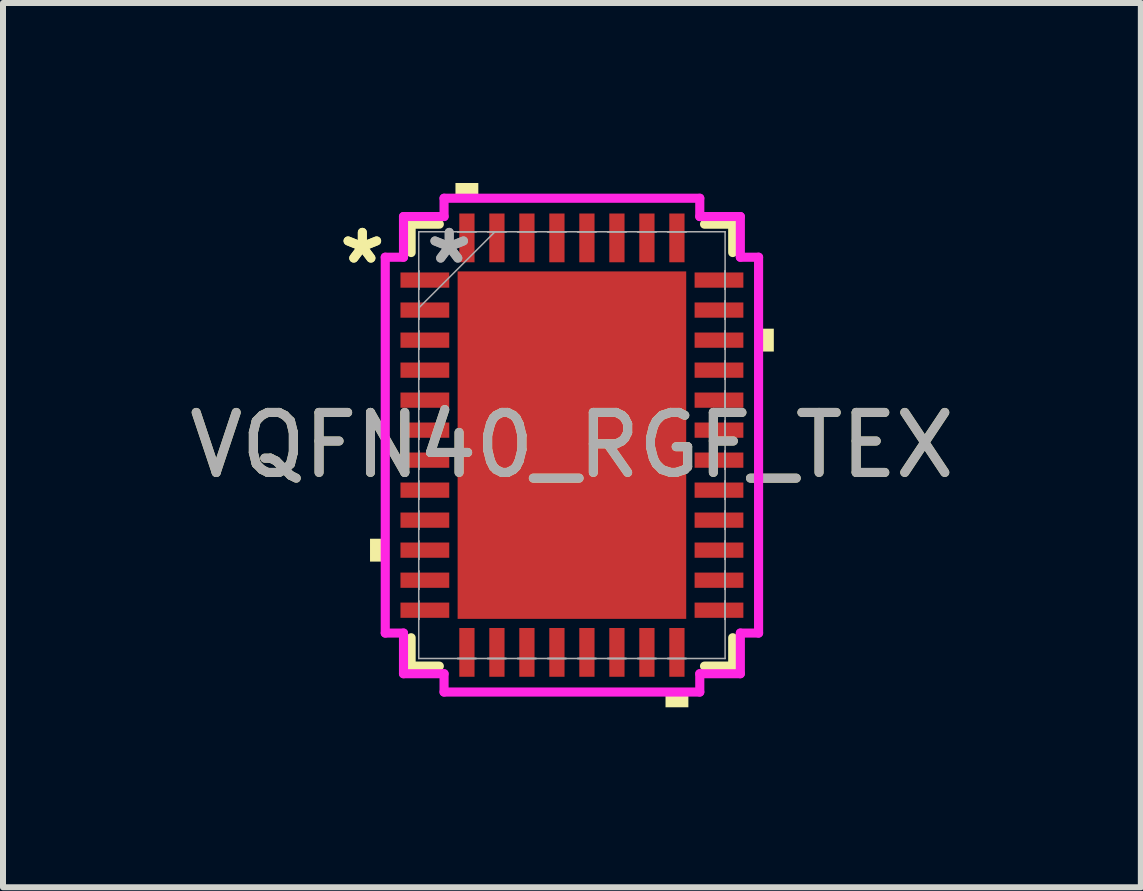
<source format=kicad_pcb>
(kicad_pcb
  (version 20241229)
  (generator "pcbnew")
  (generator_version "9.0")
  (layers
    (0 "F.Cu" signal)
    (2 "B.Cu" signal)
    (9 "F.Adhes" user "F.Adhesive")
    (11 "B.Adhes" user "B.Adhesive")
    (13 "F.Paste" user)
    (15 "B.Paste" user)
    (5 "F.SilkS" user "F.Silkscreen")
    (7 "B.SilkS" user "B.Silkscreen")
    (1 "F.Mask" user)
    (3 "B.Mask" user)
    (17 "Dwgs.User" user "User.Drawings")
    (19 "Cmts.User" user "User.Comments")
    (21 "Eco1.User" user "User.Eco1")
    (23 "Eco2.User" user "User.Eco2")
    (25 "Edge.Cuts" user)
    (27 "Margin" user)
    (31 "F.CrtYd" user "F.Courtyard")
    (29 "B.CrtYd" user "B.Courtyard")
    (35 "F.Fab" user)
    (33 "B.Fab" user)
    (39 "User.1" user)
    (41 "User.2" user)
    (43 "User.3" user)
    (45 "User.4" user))
  (footprint "VQFN40_RGF_TEX"
    (layer "F.Cu")
    (at 6.482 4.369)
    (property "Reference" "VQFN40_RGF_TEX" (at 0 0 0) (unlocked yes) (layer "F.SilkS") (effects (font (size 1 1) (thickness 0.15))))
    (attr smd)
    (fp_line (start -2.68 -3.683) (end -2.68 -3.21) (stroke (width 0.152) (type solid)) (layer "F.SilkS"))
    (fp_line (start -2.68 3.21) (end -2.68 3.683) (stroke (width 0.152) (type solid)) (layer "F.SilkS"))
    (fp_line (start -2.68 3.683) (end -2.21 3.683) (stroke (width 0.152) (type solid)) (layer "F.SilkS"))
    (fp_line (start -2.21 -3.683) (end -2.68 -3.683) (stroke (width 0.152) (type solid)) (layer "F.SilkS"))
    (fp_line (start 2.21 3.683) (end 2.68 3.683) (stroke (width 0.152) (type solid)) (layer "F.SilkS"))
    (fp_line (start 2.68 -3.683) (end 2.21 -3.683) (stroke (width 0.152) (type solid)) (layer "F.SilkS"))
    (fp_line (start 2.68 -3.21) (end 2.68 -3.683) (stroke (width 0.152) (type solid)) (layer "F.SilkS"))
    (fp_line (start 2.68 3.683) (end 2.68 3.21) (stroke (width 0.152) (type solid)) (layer "F.SilkS"))
    (fp_poly (pts (xy -3.365 1.56) (xy -3.365 1.941) (xy -3.111 1.941) (xy -3.111 1.56)) (stroke (width 0) (type solid)) (fill yes) (layer "F.SilkS"))
    (fp_poly (pts (xy -1.941 -4.115) (xy -1.941 -4.369) (xy -1.56 -4.369) (xy -1.56 -4.115)) (stroke (width 0) (type solid)) (fill yes) (layer "F.SilkS"))
    (fp_poly (pts (xy 1.56 4.115) (xy 1.56 4.369) (xy 1.941 4.369) (xy 1.941 4.115)) (stroke (width 0) (type solid)) (fill yes) (layer "F.SilkS"))
    (fp_poly (pts (xy 3.365 -1.941) (xy 3.365 -1.56) (xy 3.111 -1.56) (xy 3.111 -1.941)) (stroke (width 0) (type solid)) (fill yes) (layer "F.SilkS"))
    (fp_poly (pts (xy -1.805 -2.796) (xy -1.805 -1.548) (xy -0.735 -1.548) (xy -0.735 -2.796)) (stroke (width 0) (type solid)) (fill yes) (layer "F.Paste"))
    (fp_poly (pts (xy -1.805 -1.348) (xy -1.805 -0.1) (xy -0.735 -0.1) (xy -0.735 -1.348)) (stroke (width 0) (type solid)) (fill yes) (layer "F.Paste"))
    (fp_poly (pts (xy -1.805 0.1) (xy -1.805 1.348) (xy -0.735 1.348) (xy -0.735 0.1)) (stroke (width 0) (type solid)) (fill yes) (layer "F.Paste"))
    (fp_poly (pts (xy -1.805 1.548) (xy -1.805 2.796) (xy -0.735 2.796) (xy -0.735 1.548)) (stroke (width 0) (type solid)) (fill yes) (layer "F.Paste"))
    (fp_poly (pts (xy -0.535 -2.796) (xy -0.535 -1.548) (xy 0.535 -1.548) (xy 0.535 -2.796)) (stroke (width 0) (type solid)) (fill yes) (layer "F.Paste"))
    (fp_poly (pts (xy -0.535 -1.348) (xy -0.535 -0.1) (xy 0.535 -0.1) (xy 0.535 -1.348)) (stroke (width 0) (type solid)) (fill yes) (layer "F.Paste"))
    (fp_poly (pts (xy -0.535 0.1) (xy -0.535 1.348) (xy 0.535 1.348) (xy 0.535 0.1)) (stroke (width 0) (type solid)) (fill yes) (layer "F.Paste"))
    (fp_poly (pts (xy -0.535 1.548) (xy -0.535 2.796) (xy 0.535 2.796) (xy 0.535 1.548)) (stroke (width 0) (type solid)) (fill yes) (layer "F.Paste"))
    (fp_poly (pts (xy 0.735 -2.796) (xy 0.735 -1.548) (xy 1.805 -1.548) (xy 1.805 -2.796)) (stroke (width 0) (type solid)) (fill yes) (layer "F.Paste"))
    (fp_poly (pts (xy 0.735 -1.348) (xy 0.735 -0.1) (xy 1.805 -0.1) (xy 1.805 -1.348)) (stroke (width 0) (type solid)) (fill yes) (layer "F.Paste"))
    (fp_poly (pts (xy 0.735 0.1) (xy 0.735 1.348) (xy 1.805 1.348) (xy 1.805 0.1)) (stroke (width 0) (type solid)) (fill yes) (layer "F.Paste"))
    (fp_poly (pts (xy 0.735 1.548) (xy 0.735 2.796) (xy 1.805 2.796) (xy 1.805 1.548)) (stroke (width 0) (type solid)) (fill yes) (layer "F.Paste"))
    (fp_line (start -3.111 -3.132) (end -2.807 -3.132) (stroke (width 0.152) (type solid)) (layer "F.CrtYd"))
    (fp_line (start -3.111 3.132) (end -3.111 -3.132) (stroke (width 0.152) (type solid)) (layer "F.CrtYd"))
    (fp_line (start -2.807 -3.81) (end -2.131 -3.81) (stroke (width 0.152) (type solid)) (layer "F.CrtYd"))
    (fp_line (start -2.807 -3.132) (end -2.807 -3.81) (stroke (width 0.152) (type solid)) (layer "F.CrtYd"))
    (fp_line (start -2.807 3.132) (end -3.111 3.132) (stroke (width 0.152) (type solid)) (layer "F.CrtYd"))
    (fp_line (start -2.807 3.81) (end -2.807 3.132) (stroke (width 0.152) (type solid)) (layer "F.CrtYd"))
    (fp_line (start -2.131 -4.115) (end 2.131 -4.115) (stroke (width 0.152) (type solid)) (layer "F.CrtYd"))
    (fp_line (start -2.131 -3.81) (end -2.131 -4.115) (stroke (width 0.152) (type solid)) (layer "F.CrtYd"))
    (fp_line (start -2.131 3.81) (end -2.807 3.81) (stroke (width 0.152) (type solid)) (layer "F.CrtYd"))
    (fp_line (start -2.131 4.115) (end -2.131 3.81) (stroke (width 0.152) (type solid)) (layer "F.CrtYd"))
    (fp_line (start 2.131 -4.115) (end 2.131 -3.81) (stroke (width 0.152) (type solid)) (layer "F.CrtYd"))
    (fp_line (start 2.131 -3.81) (end 2.807 -3.81) (stroke (width 0.152) (type solid)) (layer "F.CrtYd"))
    (fp_line (start 2.131 3.81) (end 2.131 4.115) (stroke (width 0.152) (type solid)) (layer "F.CrtYd"))
    (fp_line (start 2.131 4.115) (end -2.131 4.115) (stroke (width 0.152) (type solid)) (layer "F.CrtYd"))
    (fp_line (start 2.807 -3.81) (end 2.807 -3.132) (stroke (width 0.152) (type solid)) (layer "F.CrtYd"))
    (fp_line (start 2.807 -3.132) (end 3.111 -3.132) (stroke (width 0.152) (type solid)) (layer "F.CrtYd"))
    (fp_line (start 2.807 3.132) (end 2.807 3.81) (stroke (width 0.152) (type solid)) (layer "F.CrtYd"))
    (fp_line (start 2.807 3.81) (end 2.131 3.81) (stroke (width 0.152) (type solid)) (layer "F.CrtYd"))
    (fp_line (start 3.111 -3.132) (end 3.111 3.132) (stroke (width 0.152) (type solid)) (layer "F.CrtYd"))
    (fp_line (start 3.111 3.132) (end 2.807 3.132) (stroke (width 0.152) (type solid)) (layer "F.CrtYd"))
    (fp_line (start -2.553 -3.556) (end -2.553 -3.556) (stroke (width 0.025) (type solid)) (layer "F.Fab"))
    (fp_line (start -2.553 -3.556) (end -2.553 3.556) (stroke (width 0.025) (type solid)) (layer "F.Fab"))
    (fp_line (start -2.553 -2.903) (end -2.553 -2.903) (stroke (width 0.025) (type solid)) (layer "F.Fab"))
    (fp_line (start -2.553 -2.903) (end -2.553 -2.598) (stroke (width 0.025) (type solid)) (layer "F.Fab"))
    (fp_line (start -2.553 -2.598) (end -2.553 -2.903) (stroke (width 0.025) (type solid)) (layer "F.Fab"))
    (fp_line (start -2.553 -2.598) (end -2.553 -2.598) (stroke (width 0.025) (type solid)) (layer "F.Fab"))
    (fp_line (start -2.553 -2.403) (end -2.553 -2.403) (stroke (width 0.025) (type solid)) (layer "F.Fab"))
    (fp_line (start -2.553 -2.403) (end -2.553 -2.098) (stroke (width 0.025) (type solid)) (layer "F.Fab"))
    (fp_line (start -2.553 -2.286) (end -1.283 -3.556) (stroke (width 0.025) (type solid)) (layer "F.Fab"))
    (fp_line (start -2.553 -2.098) (end -2.553 -2.403) (stroke (width 0.025) (type solid)) (layer "F.Fab"))
    (fp_line (start -2.553 -2.098) (end -2.553 -2.098) (stroke (width 0.025) (type solid)) (layer "F.Fab"))
    (fp_line (start -2.553 -1.903) (end -2.553 -1.903) (stroke (width 0.025) (type solid)) (layer "F.Fab"))
    (fp_line (start -2.553 -1.903) (end -2.553 -1.598) (stroke (width 0.025) (type solid)) (layer "F.Fab"))
    (fp_line (start -2.553 -1.598) (end -2.553 -1.903) (stroke (width 0.025) (type solid)) (layer "F.Fab"))
    (fp_line (start -2.553 -1.598) (end -2.553 -1.598) (stroke (width 0.025) (type solid)) (layer "F.Fab"))
    (fp_line (start -2.553 -1.403) (end -2.553 -1.403) (stroke (width 0.025) (type solid)) (layer "F.Fab"))
    (fp_line (start -2.553 -1.403) (end -2.553 -1.098) (stroke (width 0.025) (type solid)) (layer "F.Fab"))
    (fp_line (start -2.553 -1.098) (end -2.553 -1.403) (stroke (width 0.025) (type solid)) (layer "F.Fab"))
    (fp_line (start -2.553 -1.098) (end -2.553 -1.098) (stroke (width 0.025) (type solid)) (layer "F.Fab"))
    (fp_line (start -2.553 -0.903) (end -2.553 -0.903) (stroke (width 0.025) (type solid)) (layer "F.Fab"))
    (fp_line (start -2.553 -0.903) (end -2.553 -0.598) (stroke (width 0.025) (type solid)) (layer "F.Fab"))
    (fp_line (start -2.553 -0.598) (end -2.553 -0.903) (stroke (width 0.025) (type solid)) (layer "F.Fab"))
    (fp_line (start -2.553 -0.598) (end -2.553 -0.598) (stroke (width 0.025) (type solid)) (layer "F.Fab"))
    (fp_line (start -2.553 -0.402) (end -2.553 -0.402) (stroke (width 0.025) (type solid)) (layer "F.Fab"))
    (fp_line (start -2.553 -0.402) (end -2.553 -0.098) (stroke (width 0.025) (type solid)) (layer "F.Fab"))
    (fp_line (start -2.553 -0.098) (end -2.553 -0.402) (stroke (width 0.025) (type solid)) (layer "F.Fab"))
    (fp_line (start -2.553 -0.098) (end -2.553 -0.098) (stroke (width 0.025) (type solid)) (layer "F.Fab"))
    (fp_line (start -2.553 0.098) (end -2.553 0.098) (stroke (width 0.025) (type solid)) (layer "F.Fab"))
    (fp_line (start -2.553 0.098) (end -2.553 0.402) (stroke (width 0.025) (type solid)) (layer "F.Fab"))
    (fp_line (start -2.553 0.402) (end -2.553 0.098) (stroke (width 0.025) (type solid)) (layer "F.Fab"))
    (fp_line (start -2.553 0.402) (end -2.553 0.402) (stroke (width 0.025) (type solid)) (layer "F.Fab"))
    (fp_line (start -2.553 0.598) (end -2.553 0.598) (stroke (width 0.025) (type solid)) (layer "F.Fab"))
    (fp_line (start -2.553 0.598) (end -2.553 0.903) (stroke (width 0.025) (type solid)) (layer "F.Fab"))
    (fp_line (start -2.553 0.903) (end -2.553 0.598) (stroke (width 0.025) (type solid)) (layer "F.Fab"))
    (fp_line (start -2.553 0.903) (end -2.553 0.903) (stroke (width 0.025) (type solid)) (layer "F.Fab"))
    (fp_line (start -2.553 1.098) (end -2.553 1.098) (stroke (width 0.025) (type solid)) (layer "F.Fab"))
    (fp_line (start -2.553 1.098) (end -2.553 1.403) (stroke (width 0.025) (type solid)) (layer "F.Fab"))
    (fp_line (start -2.553 1.403) (end -2.553 1.098) (stroke (width 0.025) (type solid)) (layer "F.Fab"))
    (fp_line (start -2.553 1.403) (end -2.553 1.403) (stroke (width 0.025) (type solid)) (layer "F.Fab"))
    (fp_line (start -2.553 1.598) (end -2.553 1.598) (stroke (width 0.025) (type solid)) (layer "F.Fab"))
    (fp_line (start -2.553 1.598) (end -2.553 1.903) (stroke (width 0.025) (type solid)) (layer "F.Fab"))
    (fp_line (start -2.553 1.903) (end -2.553 1.598) (stroke (width 0.025) (type solid)) (layer "F.Fab"))
    (fp_line (start -2.553 1.903) (end -2.553 1.903) (stroke (width 0.025) (type solid)) (layer "F.Fab"))
    (fp_line (start -2.553 2.098) (end -2.553 2.098) (stroke (width 0.025) (type solid)) (layer "F.Fab"))
    (fp_line (start -2.553 2.098) (end -2.553 2.403) (stroke (width 0.025) (type solid)) (layer "F.Fab"))
    (fp_line (start -2.553 2.403) (end -2.553 2.098) (stroke (width 0.025) (type solid)) (layer "F.Fab"))
    (fp_line (start -2.553 2.403) (end -2.553 2.403) (stroke (width 0.025) (type solid)) (layer "F.Fab"))
    (fp_line (start -2.553 2.598) (end -2.553 2.598) (stroke (width 0.025) (type solid)) (layer "F.Fab"))
    (fp_line (start -2.553 2.598) (end -2.553 2.903) (stroke (width 0.025) (type solid)) (layer "F.Fab"))
    (fp_line (start -2.553 2.903) (end -2.553 2.598) (stroke (width 0.025) (type solid)) (layer "F.Fab"))
    (fp_line (start -2.553 2.903) (end -2.553 2.903) (stroke (width 0.025) (type solid)) (layer "F.Fab"))
    (fp_line (start -2.553 3.556) (end -2.553 3.556) (stroke (width 0.025) (type solid)) (layer "F.Fab"))
    (fp_line (start -2.553 3.556) (end 2.553 3.556) (stroke (width 0.025) (type solid)) (layer "F.Fab"))
    (fp_line (start -1.903 -3.556) (end -1.903 -3.556) (stroke (width 0.025) (type solid)) (layer "F.Fab"))
    (fp_line (start -1.903 -3.556) (end -1.598 -3.556) (stroke (width 0.025) (type solid)) (layer "F.Fab"))
    (fp_line (start -1.903 3.556) (end -1.903 3.556) (stroke (width 0.025) (type solid)) (layer "F.Fab"))
    (fp_line (start -1.903 3.556) (end -1.598 3.556) (stroke (width 0.025) (type solid)) (layer "F.Fab"))
    (fp_line (start -1.598 -3.556) (end -1.903 -3.556) (stroke (width 0.025) (type solid)) (layer "F.Fab"))
    (fp_line (start -1.598 -3.556) (end -1.598 -3.556) (stroke (width 0.025) (type solid)) (layer "F.Fab"))
    (fp_line (start -1.598 3.556) (end -1.903 3.556) (stroke (width 0.025) (type solid)) (layer "F.Fab"))
    (fp_line (start -1.598 3.556) (end -1.598 3.556) (stroke (width 0.025) (type solid)) (layer "F.Fab"))
    (fp_line (start -1.403 -3.556) (end -1.403 -3.556) (stroke (width 0.025) (type solid)) (layer "F.Fab"))
    (fp_line (start -1.403 -3.556) (end -1.098 -3.556) (stroke (width 0.025) (type solid)) (layer "F.Fab"))
    (fp_line (start -1.403 3.556) (end -1.403 3.556) (stroke (width 0.025) (type solid)) (layer "F.Fab"))
    (fp_line (start -1.403 3.556) (end -1.098 3.556) (stroke (width 0.025) (type solid)) (layer "F.Fab"))
    (fp_line (start -1.098 -3.556) (end -1.403 -3.556) (stroke (width 0.025) (type solid)) (layer "F.Fab"))
    (fp_line (start -1.098 -3.556) (end -1.098 -3.556) (stroke (width 0.025) (type solid)) (layer "F.Fab"))
    (fp_line (start -1.098 3.556) (end -1.403 3.556) (stroke (width 0.025) (type solid)) (layer "F.Fab"))
    (fp_line (start -1.098 3.556) (end -1.098 3.556) (stroke (width 0.025) (type solid)) (layer "F.Fab"))
    (fp_line (start -0.903 -3.556) (end -0.903 -3.556) (stroke (width 0.025) (type solid)) (layer "F.Fab"))
    (fp_line (start -0.903 -3.556) (end -0.598 -3.556) (stroke (width 0.025) (type solid)) (layer "F.Fab"))
    (fp_line (start -0.903 3.556) (end -0.903 3.556) (stroke (width 0.025) (type solid)) (layer "F.Fab"))
    (fp_line (start -0.903 3.556) (end -0.598 3.556) (stroke (width 0.025) (type solid)) (layer "F.Fab"))
    (fp_line (start -0.598 -3.556) (end -0.903 -3.556) (stroke (width 0.025) (type solid)) (layer "F.Fab"))
    (fp_line (start -0.598 -3.556) (end -0.598 -3.556) (stroke (width 0.025) (type solid)) (layer "F.Fab"))
    (fp_line (start -0.598 3.556) (end -0.903 3.556) (stroke (width 0.025) (type solid)) (layer "F.Fab"))
    (fp_line (start -0.598 3.556) (end -0.598 3.556) (stroke (width 0.025) (type solid)) (layer "F.Fab"))
    (fp_line (start -0.402 -3.556) (end -0.402 -3.556) (stroke (width 0.025) (type solid)) (layer "F.Fab"))
    (fp_line (start -0.402 -3.556) (end -0.098 -3.556) (stroke (width 0.025) (type solid)) (layer "F.Fab"))
    (fp_line (start -0.402 3.556) (end -0.402 3.556) (stroke (width 0.025) (type solid)) (layer "F.Fab"))
    (fp_line (start -0.402 3.556) (end -0.098 3.556) (stroke (width 0.025) (type solid)) (layer "F.Fab"))
    (fp_line (start -0.098 -3.556) (end -0.402 -3.556) (stroke (width 0.025) (type solid)) (layer "F.Fab"))
    (fp_line (start -0.098 -3.556) (end -0.098 -3.556) (stroke (width 0.025) (type solid)) (layer "F.Fab"))
    (fp_line (start -0.098 3.556) (end -0.402 3.556) (stroke (width 0.025) (type solid)) (layer "F.Fab"))
    (fp_line (start -0.098 3.556) (end -0.098 3.556) (stroke (width 0.025) (type solid)) (layer "F.Fab"))
    (fp_line (start 0.098 -3.556) (end 0.098 -3.556) (stroke (width 0.025) (type solid)) (layer "F.Fab"))
    (fp_line (start 0.098 -3.556) (end 0.402 -3.556) (stroke (width 0.025) (type solid)) (layer "F.Fab"))
    (fp_line (start 0.098 3.556) (end 0.098 3.556) (stroke (width 0.025) (type solid)) (layer "F.Fab"))
    (fp_line (start 0.098 3.556) (end 0.402 3.556) (stroke (width 0.025) (type solid)) (layer "F.Fab"))
    (fp_line (start 0.402 -3.556) (end 0.098 -3.556) (stroke (width 0.025) (type solid)) (layer "F.Fab"))
    (fp_line (start 0.402 -3.556) (end 0.402 -3.556) (stroke (width 0.025) (type solid)) (layer "F.Fab"))
    (fp_line (start 0.402 3.556) (end 0.098 3.556) (stroke (width 0.025) (type solid)) (layer "F.Fab"))
    (fp_line (start 0.402 3.556) (end 0.402 3.556) (stroke (width 0.025) (type solid)) (layer "F.Fab"))
    (fp_line (start 0.598 -3.556) (end 0.598 -3.556) (stroke (width 0.025) (type solid)) (layer "F.Fab"))
    (fp_line (start 0.598 -3.556) (end 0.903 -3.556) (stroke (width 0.025) (type solid)) (layer "F.Fab"))
    (fp_line (start 0.598 3.556) (end 0.598 3.556) (stroke (width 0.025) (type solid)) (layer "F.Fab"))
    (fp_line (start 0.598 3.556) (end 0.903 3.556) (stroke (width 0.025) (type solid)) (layer "F.Fab"))
    (fp_line (start 0.903 -3.556) (end 0.598 -3.556) (stroke (width 0.025) (type solid)) (layer "F.Fab"))
    (fp_line (start 0.903 -3.556) (end 0.903 -3.556) (stroke (width 0.025) (type solid)) (layer "F.Fab"))
    (fp_line (start 0.903 3.556) (end 0.598 3.556) (stroke (width 0.025) (type solid)) (layer "F.Fab"))
    (fp_line (start 0.903 3.556) (end 0.903 3.556) (stroke (width 0.025) (type solid)) (layer "F.Fab"))
    (fp_line (start 1.098 -3.556) (end 1.098 -3.556) (stroke (width 0.025) (type solid)) (layer "F.Fab"))
    (fp_line (start 1.098 -3.556) (end 1.403 -3.556) (stroke (width 0.025) (type solid)) (layer "F.Fab"))
    (fp_line (start 1.098 3.556) (end 1.098 3.556) (stroke (width 0.025) (type solid)) (layer "F.Fab"))
    (fp_line (start 1.098 3.556) (end 1.403 3.556) (stroke (width 0.025) (type solid)) (layer "F.Fab"))
    (fp_line (start 1.403 -3.556) (end 1.098 -3.556) (stroke (width 0.025) (type solid)) (layer "F.Fab"))
    (fp_line (start 1.403 -3.556) (end 1.403 -3.556) (stroke (width 0.025) (type solid)) (layer "F.Fab"))
    (fp_line (start 1.403 3.556) (end 1.098 3.556) (stroke (width 0.025) (type solid)) (layer "F.Fab"))
    (fp_line (start 1.403 3.556) (end 1.403 3.556) (stroke (width 0.025) (type solid)) (layer "F.Fab"))
    (fp_line (start 1.598 -3.556) (end 1.598 -3.556) (stroke (width 0.025) (type solid)) (layer "F.Fab"))
    (fp_line (start 1.598 -3.556) (end 1.903 -3.556) (stroke (width 0.025) (type solid)) (layer "F.Fab"))
    (fp_line (start 1.598 3.556) (end 1.598 3.556) (stroke (width 0.025) (type solid)) (layer "F.Fab"))
    (fp_line (start 1.598 3.556) (end 1.903 3.556) (stroke (width 0.025) (type solid)) (layer "F.Fab"))
    (fp_line (start 1.903 -3.556) (end 1.598 -3.556) (stroke (width 0.025) (type solid)) (layer "F.Fab"))
    (fp_line (start 1.903 -3.556) (end 1.903 -3.556) (stroke (width 0.025) (type solid)) (layer "F.Fab"))
    (fp_line (start 1.903 3.556) (end 1.598 3.556) (stroke (width 0.025) (type solid)) (layer "F.Fab"))
    (fp_line (start 1.903 3.556) (end 1.903 3.556) (stroke (width 0.025) (type solid)) (layer "F.Fab"))
    (fp_line (start 2.553 -3.556) (end -2.553 -3.556) (stroke (width 0.025) (type solid)) (layer "F.Fab"))
    (fp_line (start 2.553 -3.556) (end 2.553 -3.556) (stroke (width 0.025) (type solid)) (layer "F.Fab"))
    (fp_line (start 2.553 -2.903) (end 2.553 -2.903) (stroke (width 0.025) (type solid)) (layer "F.Fab"))
    (fp_line (start 2.553 -2.903) (end 2.553 -2.598) (stroke (width 0.025) (type solid)) (layer "F.Fab"))
    (fp_line (start 2.553 -2.598) (end 2.553 -2.903) (stroke (width 0.025) (type solid)) (layer "F.Fab"))
    (fp_line (start 2.553 -2.598) (end 2.553 -2.598) (stroke (width 0.025) (type solid)) (layer "F.Fab"))
    (fp_line (start 2.553 -2.403) (end 2.553 -2.403) (stroke (width 0.025) (type solid)) (layer "F.Fab"))
    (fp_line (start 2.553 -2.403) (end 2.553 -2.098) (stroke (width 0.025) (type solid)) (layer "F.Fab"))
    (fp_line (start 2.553 -2.098) (end 2.553 -2.403) (stroke (width 0.025) (type solid)) (layer "F.Fab"))
    (fp_line (start 2.553 -2.098) (end 2.553 -2.098) (stroke (width 0.025) (type solid)) (layer "F.Fab"))
    (fp_line (start 2.553 -1.903) (end 2.553 -1.903) (stroke (width 0.025) (type solid)) (layer "F.Fab"))
    (fp_line (start 2.553 -1.903) (end 2.553 -1.598) (stroke (width 0.025) (type solid)) (layer "F.Fab"))
    (fp_line (start 2.553 -1.598) (end 2.553 -1.903) (stroke (width 0.025) (type solid)) (layer "F.Fab"))
    (fp_line (start 2.553 -1.598) (end 2.553 -1.598) (stroke (width 0.025) (type solid)) (layer "F.Fab"))
    (fp_line (start 2.553 -1.403) (end 2.553 -1.403) (stroke (width 0.025) (type solid)) (layer "F.Fab"))
    (fp_line (start 2.553 -1.403) (end 2.553 -1.098) (stroke (width 0.025) (type solid)) (layer "F.Fab"))
    (fp_line (start 2.553 -1.098) (end 2.553 -1.403) (stroke (width 0.025) (type solid)) (layer "F.Fab"))
    (fp_line (start 2.553 -1.098) (end 2.553 -1.098) (stroke (width 0.025) (type solid)) (layer "F.Fab"))
    (fp_line (start 2.553 -0.903) (end 2.553 -0.903) (stroke (width 0.025) (type solid)) (layer "F.Fab"))
    (fp_line (start 2.553 -0.903) (end 2.553 -0.598) (stroke (width 0.025) (type solid)) (layer "F.Fab"))
    (fp_line (start 2.553 -0.598) (end 2.553 -0.903) (stroke (width 0.025) (type solid)) (layer "F.Fab"))
    (fp_line (start 2.553 -0.598) (end 2.553 -0.598) (stroke (width 0.025) (type solid)) (layer "F.Fab"))
    (fp_line (start 2.553 -0.402) (end 2.553 -0.402) (stroke (width 0.025) (type solid)) (layer "F.Fab"))
    (fp_line (start 2.553 -0.402) (end 2.553 -0.098) (stroke (width 0.025) (type solid)) (layer "F.Fab"))
    (fp_line (start 2.553 -0.098) (end 2.553 -0.402) (stroke (width 0.025) (type solid)) (layer "F.Fab"))
    (fp_line (start 2.553 -0.098) (end 2.553 -0.098) (stroke (width 0.025) (type solid)) (layer "F.Fab"))
    (fp_line (start 2.553 0.098) (end 2.553 0.098) (stroke (width 0.025) (type solid)) (layer "F.Fab"))
    (fp_line (start 2.553 0.098) (end 2.553 0.402) (stroke (width 0.025) (type solid)) (layer "F.Fab"))
    (fp_line (start 2.553 0.402) (end 2.553 0.098) (stroke (width 0.025) (type solid)) (layer "F.Fab"))
    (fp_line (start 2.553 0.402) (end 2.553 0.402) (stroke (width 0.025) (type solid)) (layer "F.Fab"))
    (fp_line (start 2.553 0.598) (end 2.553 0.598) (stroke (width 0.025) (type solid)) (layer "F.Fab"))
    (fp_line (start 2.553 0.598) (end 2.553 0.903) (stroke (width 0.025) (type solid)) (layer "F.Fab"))
    (fp_line (start 2.553 0.903) (end 2.553 0.598) (stroke (width 0.025) (type solid)) (layer "F.Fab"))
    (fp_line (start 2.553 0.903) (end 2.553 0.903) (stroke (width 0.025) (type solid)) (layer "F.Fab"))
    (fp_line (start 2.553 1.098) (end 2.553 1.098) (stroke (width 0.025) (type solid)) (layer "F.Fab"))
    (fp_line (start 2.553 1.098) (end 2.553 1.403) (stroke (width 0.025) (type solid)) (layer "F.Fab"))
    (fp_line (start 2.553 1.403) (end 2.553 1.098) (stroke (width 0.025) (type solid)) (layer "F.Fab"))
    (fp_line (start 2.553 1.403) (end 2.553 1.403) (stroke (width 0.025) (type solid)) (layer "F.Fab"))
    (fp_line (start 2.553 1.598) (end 2.553 1.598) (stroke (width 0.025) (type solid)) (layer "F.Fab"))
    (fp_line (start 2.553 1.598) (end 2.553 1.903) (stroke (width 0.025) (type solid)) (layer "F.Fab"))
    (fp_line (start 2.553 1.903) (end 2.553 1.598) (stroke (width 0.025) (type solid)) (layer "F.Fab"))
    (fp_line (start 2.553 1.903) (end 2.553 1.903) (stroke (width 0.025) (type solid)) (layer "F.Fab"))
    (fp_line (start 2.553 2.098) (end 2.553 2.098) (stroke (width 0.025) (type solid)) (layer "F.Fab"))
    (fp_line (start 2.553 2.098) (end 2.553 2.403) (stroke (width 0.025) (type solid)) (layer "F.Fab"))
    (fp_line (start 2.553 2.403) (end 2.553 2.098) (stroke (width 0.025) (type solid)) (layer "F.Fab"))
    (fp_line (start 2.553 2.403) (end 2.553 2.403) (stroke (width 0.025) (type solid)) (layer "F.Fab"))
    (fp_line (start 2.553 2.598) (end 2.553 2.598) (stroke (width 0.025) (type solid)) (layer "F.Fab"))
    (fp_line (start 2.553 2.598) (end 2.553 2.903) (stroke (width 0.025) (type solid)) (layer "F.Fab"))
    (fp_line (start 2.553 2.903) (end 2.553 2.598) (stroke (width 0.025) (type solid)) (layer "F.Fab"))
    (fp_line (start 2.553 2.903) (end 2.553 2.903) (stroke (width 0.025) (type solid)) (layer "F.Fab"))
    (fp_line (start 2.553 3.556) (end 2.553 -3.556) (stroke (width 0.025) (type solid)) (layer "F.Fab"))
    (fp_line (start 2.553 3.556) (end 2.553 3.556) (stroke (width 0.025) (type solid)) (layer "F.Fab"))
    (fp_text user "*" (at -3.493 -3.001 0) (unlocked yes) (layer "F.SilkS") (effects (font (size 1 1) (thickness 0.15))))
    (fp_text user "*" (at -3.493 -3.001 0) (layer "F.SilkS") (effects (font (size 1 1) (thickness 0.15))))
    (fp_text user "*" (at -2.045 -3.001 0) (unlocked yes) (layer "F.Fab") (effects (font (size 1 1) (thickness 0.15))))
    (fp_text user "*" (at -2.045 -3.001 0) (layer "F.Fab") (effects (font (size 1 1) (thickness 0.15))))
    (fp_text user "${REFERENCE}" (at 0 0 0) (unlocked yes) (layer "F.Fab") (effects (font (size 1 1) (thickness 0.15))))
    (pad "1" smd rect (at -2.451 -2.751 90) (size 0.254 0.813) (layers "F.Cu" "F.Mask" "F.Paste"))
    (pad "2" smd rect (at -2.451 -2.251 90) (size 0.254 0.813) (layers "F.Cu" "F.Mask" "F.Paste"))
    (pad "3" smd rect (at -2.451 -1.75 90) (size 0.254 0.813) (layers "F.Cu" "F.Mask" "F.Paste"))
    (pad "4" smd rect (at -2.451 -1.25 90) (size 0.254 0.813) (layers "F.Cu" "F.Mask" "F.Paste"))
    (pad "5" smd rect (at -2.451 -0.75 90) (size 0.254 0.813) (layers "F.Cu" "F.Mask" "F.Paste"))
    (pad "6" smd rect (at -2.451 -0.25 90) (size 0.254 0.813) (layers "F.Cu" "F.Mask" "F.Paste"))
    (pad "7" smd rect (at -2.451 0.25 90) (size 0.254 0.813) (layers "F.Cu" "F.Mask" "F.Paste"))
    (pad "8" smd rect (at -2.451 0.75 90) (size 0.254 0.813) (layers "F.Cu" "F.Mask" "F.Paste"))
    (pad "9" smd rect (at -2.451 1.25 90) (size 0.254 0.813) (layers "F.Cu" "F.Mask" "F.Paste"))
    (pad "10" smd rect (at -2.451 1.75 90) (size 0.254 0.813) (layers "F.Cu" "F.Mask" "F.Paste"))
    (pad "11" smd rect (at -2.451 2.251 90) (size 0.254 0.813) (layers "F.Cu" "F.Mask" "F.Paste"))
    (pad "12" smd rect (at -2.451 2.751 90) (size 0.254 0.813) (layers "F.Cu" "F.Mask" "F.Paste"))
    (pad "13" smd rect (at -1.75 3.454) (size 0.254 0.813) (layers "F.Cu" "F.Mask" "F.Paste"))
    (pad "14" smd rect (at -1.25 3.454) (size 0.254 0.813) (layers "F.Cu" "F.Mask" "F.Paste"))
    (pad "15" smd rect (at -0.75 3.454) (size 0.254 0.813) (layers "F.Cu" "F.Mask" "F.Paste"))
    (pad "16" smd rect (at -0.25 3.454) (size 0.254 0.813) (layers "F.Cu" "F.Mask" "F.Paste"))
    (pad "17" smd rect (at 0.25 3.454) (size 0.254 0.813) (layers "F.Cu" "F.Mask" "F.Paste"))
    (pad "18" smd rect (at 0.75 3.454) (size 0.254 0.813) (layers "F.Cu" "F.Mask" "F.Paste"))
    (pad "19" smd rect (at 1.25 3.454) (size 0.254 0.813) (layers "F.Cu" "F.Mask" "F.Paste"))
    (pad "20" smd rect (at 1.75 3.454) (size 0.254 0.813) (layers "F.Cu" "F.Mask" "F.Paste"))
    (pad "21" smd rect (at 2.451 2.751 90) (size 0.254 0.813) (layers "F.Cu" "F.Mask" "F.Paste"))
    (pad "22" smd rect (at 2.451 2.251 90) (size 0.254 0.813) (layers "F.Cu" "F.Mask" "F.Paste"))
    (pad "23" smd rect (at 2.451 1.75 90) (size 0.254 0.813) (layers "F.Cu" "F.Mask" "F.Paste"))
    (pad "24" smd rect (at 2.451 1.25 90) (size 0.254 0.813) (layers "F.Cu" "F.Mask" "F.Paste"))
    (pad "25" smd rect (at 2.451 0.75 90) (size 0.254 0.813) (layers "F.Cu" "F.Mask" "F.Paste"))
    (pad "26" smd rect (at 2.451 0.25 90) (size 0.254 0.813) (layers "F.Cu" "F.Mask" "F.Paste"))
    (pad "27" smd rect (at 2.451 -0.25 90) (size 0.254 0.813) (layers "F.Cu" "F.Mask" "F.Paste"))
    (pad "28" smd rect (at 2.451 -0.75 90) (size 0.254 0.813) (layers "F.Cu" "F.Mask" "F.Paste"))
    (pad "29" smd rect (at 2.451 -1.25 90) (size 0.254 0.813) (layers "F.Cu" "F.Mask" "F.Paste"))
    (pad "30" smd rect (at 2.451 -1.75 90) (size 0.254 0.813) (layers "F.Cu" "F.Mask" "F.Paste"))
    (pad "31" smd rect (at 2.451 -2.251 90) (size 0.254 0.813) (layers "F.Cu" "F.Mask" "F.Paste"))
    (pad "32" smd rect (at 2.451 -2.751 90) (size 0.254 0.813) (layers "F.Cu" "F.Mask" "F.Paste"))
    (pad "33" smd rect (at 1.75 -3.454) (size 0.254 0.813) (layers "F.Cu" "F.Mask" "F.Paste"))
    (pad "34" smd rect (at 1.25 -3.454) (size 0.254 0.813) (layers "F.Cu" "F.Mask" "F.Paste"))
    (pad "35" smd rect (at 0.75 -3.454) (size 0.254 0.813) (layers "F.Cu" "F.Mask" "F.Paste"))
    (pad "36" smd rect (at 0.25 -3.454) (size 0.254 0.813) (layers "F.Cu" "F.Mask" "F.Paste"))
    (pad "37" smd rect (at -0.25 -3.454) (size 0.254 0.813) (layers "F.Cu" "F.Mask" "F.Paste"))
    (pad "38" smd rect (at -0.75 -3.454) (size 0.254 0.813) (layers "F.Cu" "F.Mask" "F.Paste"))
    (pad "39" smd rect (at -1.25 -3.454) (size 0.254 0.813) (layers "F.Cu" "F.Mask" "F.Paste"))
    (pad "40" smd rect (at -1.75 -3.454) (size 0.254 0.813) (layers "F.Cu" "F.Mask" "F.Paste"))
    (pad "41" smd rect (at 0 0) (size 3.81 5.791) (layers "F.Cu" "F.Mask" "F.Paste")))
  (gr_rect
    (start -3 -3)
    (end 15.964 11.738)
    (stroke (width 0.1) (type default))
    (fill no)
    (layer "Edge.Cuts")))
</source>
